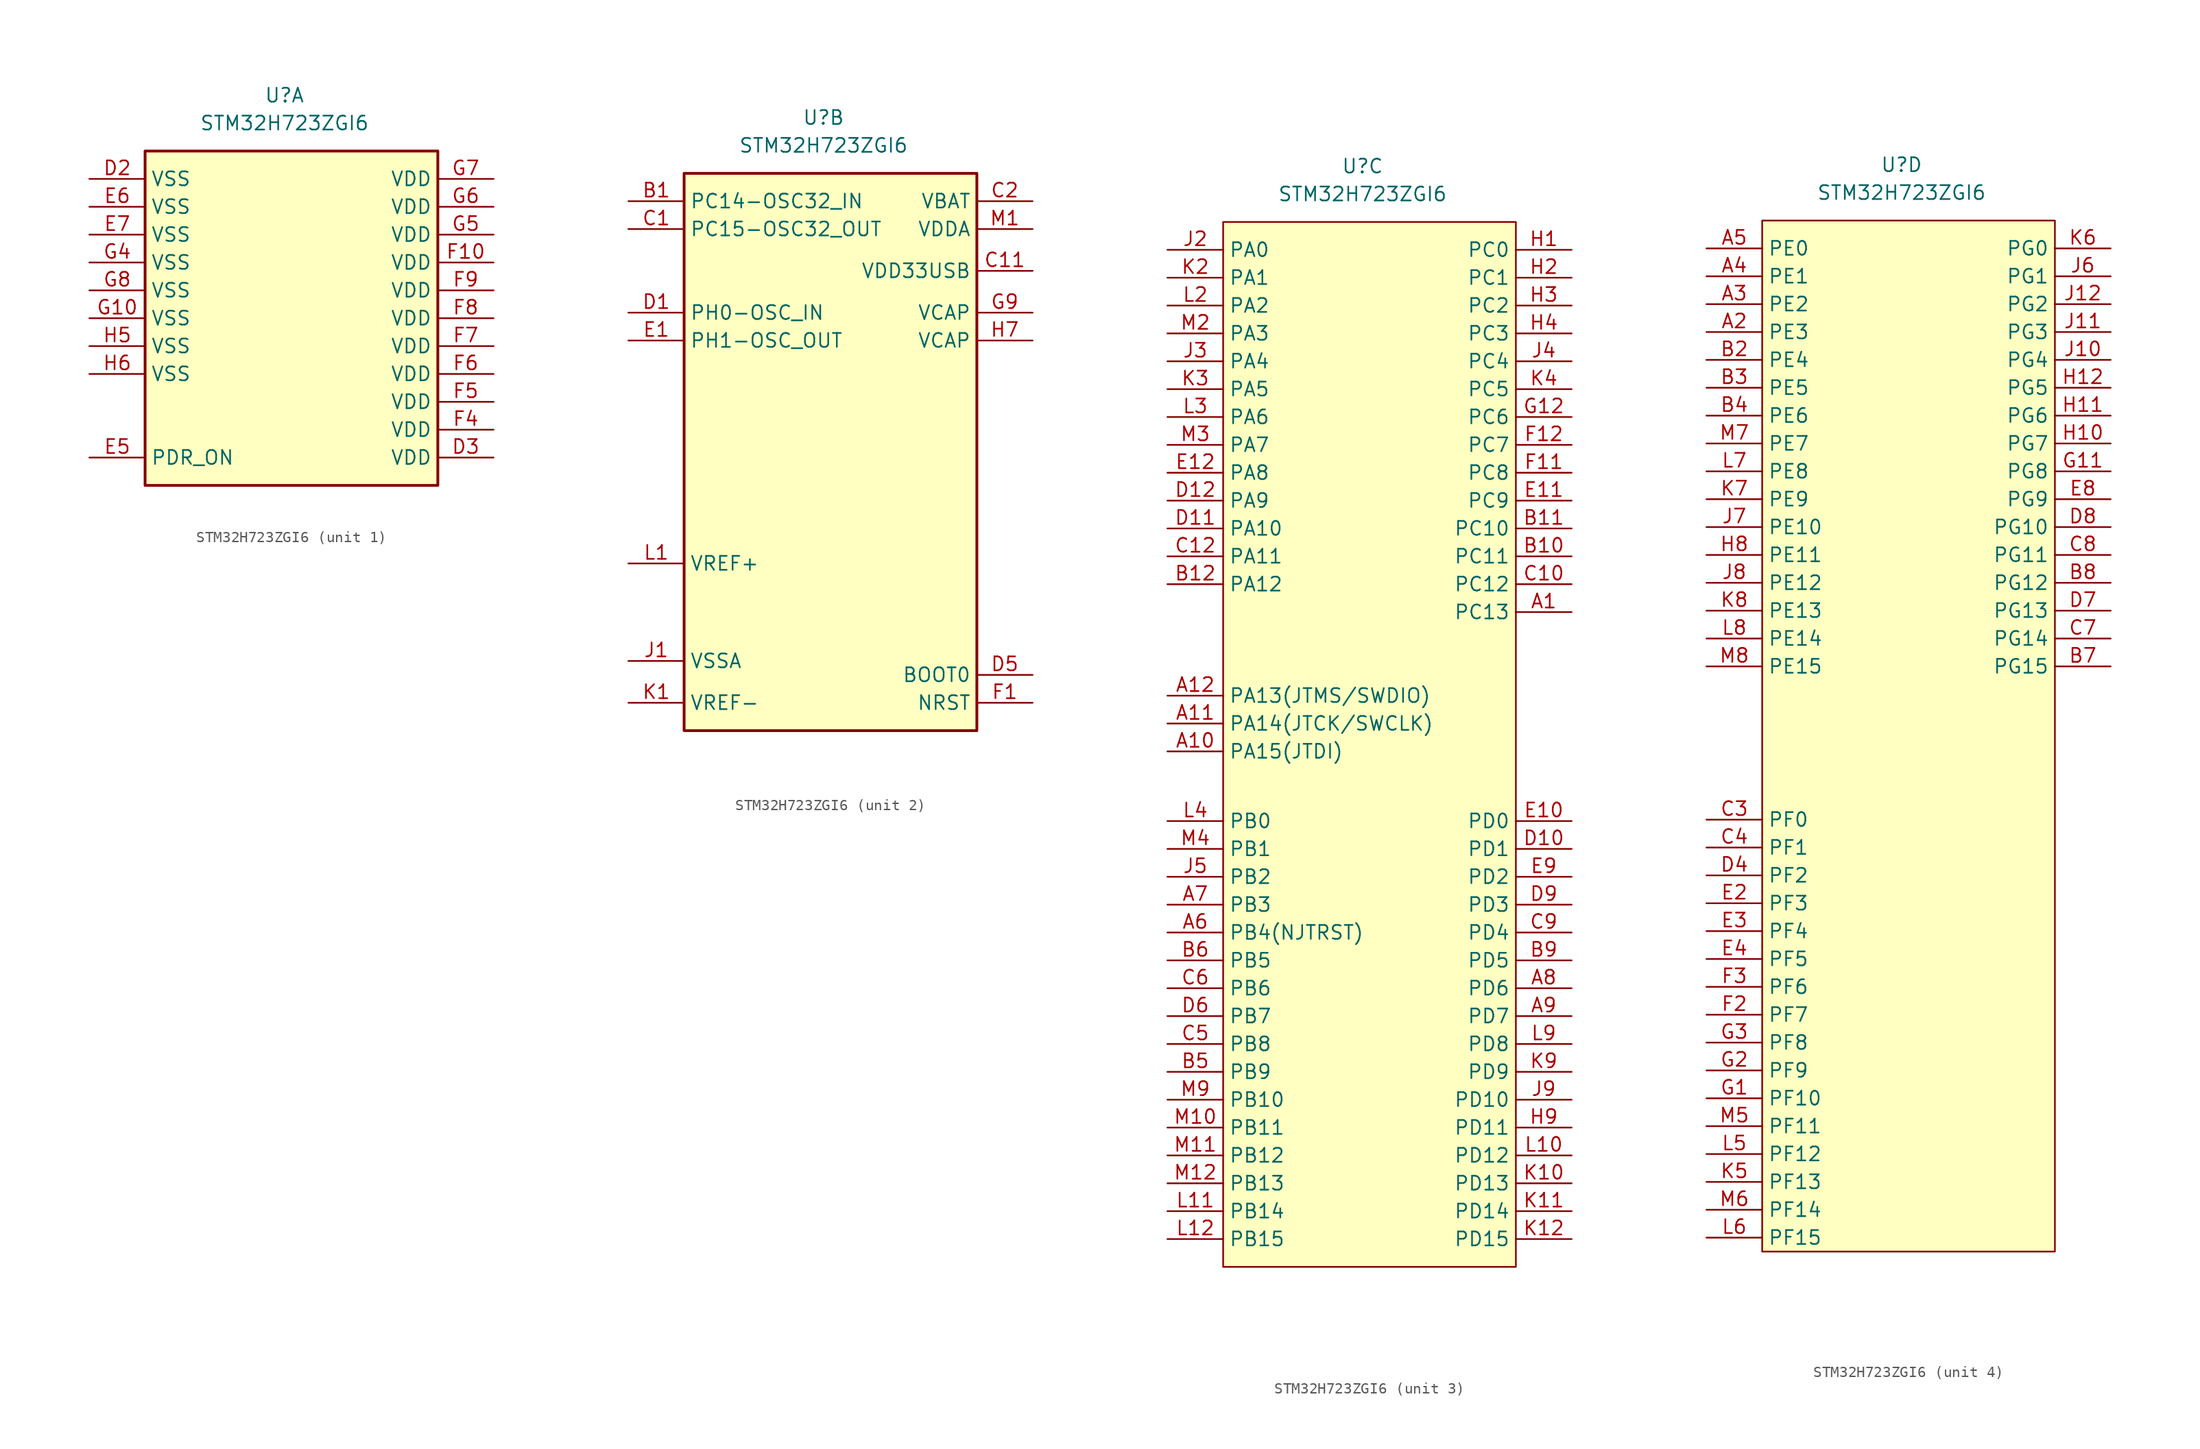
<source format=kicad_sym>
(kicad_symbol_lib
  (version 20211014)
  (generator kicad_symbol_editor)
  (symbol "STM32H723ZGI6"
    (property "Reference" "U"
      (at 0 5.08 0)
      (effects (font (size 1.27 1.27))))
    (property "Value" "STM32H723ZGI6"
      (at 0 2.54 0)
      (effects (font (size 1.27 1.27))))
    (symbol "STM32H723ZGI6_1_1"
      (rectangle (start -12.7 0) (end 13.97 -30.48) (stroke (width 0.254) (type default) (color 0 0 0 0)) (fill (type background)))
      (pin power_in line (at -17.78 -2.54 0) (length 5.08) (name "VSS" (effects (font (size 1.27 1.27)))) (number "D2" (effects (font (size 1.27 1.27)))))
      (pin power_in line (at 19.05 -27.94 180) (length 5.08) (name "VDD" (effects (font (size 1.27 1.27)))) (number "D3" (effects (font (size 1.27 1.27)))))
      (pin power_in line (at -17.78 -27.94 0) (length 5.08) (name "PDR_ON" (effects (font (size 1.27 1.27)))) (number "E5" (effects (font (size 1.27 1.27)))))
      (pin power_in line (at -17.78 -5.08 0) (length 5.08) (name "VSS" (effects (font (size 1.27 1.27)))) (number "E6" (effects (font (size 1.27 1.27)))))
      (pin power_in line (at -17.78 -7.62 0) (length 5.08) (name "VSS" (effects (font (size 1.27 1.27)))) (number "E7" (effects (font (size 1.27 1.27)))))
      (pin power_in line (at 19.05 -10.16 180) (length 5.08) (name "VDD" (effects (font (size 1.27 1.27)))) (number "F10" (effects (font (size 1.27 1.27)))))
      (pin power_in line (at 19.05 -25.4 180) (length 5.08) (name "VDD" (effects (font (size 1.27 1.27)))) (number "F4" (effects (font (size 1.27 1.27)))))
      (pin power_in line (at 19.05 -22.86 180) (length 5.08) (name "VDD" (effects (font (size 1.27 1.27)))) (number "F5" (effects (font (size 1.27 1.27)))))
      (pin power_in line (at 19.05 -20.32 180) (length 5.08) (name "VDD" (effects (font (size 1.27 1.27)))) (number "F6" (effects (font (size 1.27 1.27)))))
      (pin power_in line (at 19.05 -17.78 180) (length 5.08) (name "VDD" (effects (font (size 1.27 1.27)))) (number "F7" (effects (font (size 1.27 1.27)))))
      (pin power_in line (at 19.05 -15.24 180) (length 5.08) (name "VDD" (effects (font (size 1.27 1.27)))) (number "F8" (effects (font (size 1.27 1.27)))))
      (pin power_in line (at 19.05 -12.7 180) (length 5.08) (name "VDD" (effects (font (size 1.27 1.27)))) (number "F9" (effects (font (size 1.27 1.27)))))
      (pin power_in line (at -17.78 -15.24 0) (length 5.08) (name "VSS" (effects (font (size 1.27 1.27)))) (number "G10" (effects (font (size 1.27 1.27)))))
      (pin power_in line (at -17.78 -10.16 0) (length 5.08) (name "VSS" (effects (font (size 1.27 1.27)))) (number "G4" (effects (font (size 1.27 1.27)))))
      (pin power_in line (at 19.05 -7.62 180) (length 5.08) (name "VDD" (effects (font (size 1.27 1.27)))) (number "G5" (effects (font (size 1.27 1.27)))))
      (pin power_in line (at 19.05 -5.08 180) (length 5.08) (name "VDD" (effects (font (size 1.27 1.27)))) (number "G6" (effects (font (size 1.27 1.27)))))
      (pin power_in line (at 19.05 -2.54 180) (length 5.08) (name "VDD" (effects (font (size 1.27 1.27)))) (number "G7" (effects (font (size 1.27 1.27)))))
      (pin power_in line (at -17.78 -12.7 0) (length 5.08) (name "VSS" (effects (font (size 1.27 1.27)))) (number "G8" (effects (font (size 1.27 1.27)))))
      (pin power_in line (at -17.78 -17.78 0) (length 5.08) (name "VSS" (effects (font (size 1.27 1.27)))) (number "H5" (effects (font (size 1.27 1.27)))))
      (pin power_in line (at -17.78 -20.32 0) (length 5.08) (name "VSS" (effects (font (size 1.27 1.27)))) (number "H6" (effects (font (size 1.27 1.27))))))
    (symbol "STM32H723ZGI6_2_1"
      (rectangle (start -12.7 0) (end 13.97 -50.8) (stroke (width 0.254) (type default) (color 0 0 0 0)) (fill (type background)))
      (pin bidirectional line (at -17.78 -2.54 0) (length 5.08) (name "PC14-OSC32_IN" (effects (font (size 1.27 1.27)))) (number "B1" (effects (font (size 1.27 1.27)))))
      (pin bidirectional line (at -17.78 -5.08 0) (length 5.08) (name "PC15-OSC32_OUT" (effects (font (size 1.27 1.27)))) (number "C1" (effects (font (size 1.27 1.27)))))
      (pin power_in line (at 19.05 -8.89 180) (length 5.08) (name "VDD33USB" (effects (font (size 1.27 1.27)))) (number "C11" (effects (font (size 1.27 1.27)))))
      (pin power_in line (at 19.05 -2.54 180) (length 5.08) (name "VBAT" (effects (font (size 1.27 1.27)))) (number "C2" (effects (font (size 1.27 1.27)))))
      (pin bidirectional line (at -17.78 -12.7 0) (length 5.08) (name "PH0-OSC_IN" (effects (font (size 1.27 1.27)))) (number "D1" (effects (font (size 1.27 1.27)))))
      (pin input line (at 19.05 -45.72 180) (length 5.08) (name "BOOT0" (effects (font (size 1.27 1.27)))) (number "D5" (effects (font (size 1.27 1.27)))))
      (pin bidirectional line (at -17.78 -15.24 0) (length 5.08) (name "PH1-OSC_OUT" (effects (font (size 1.27 1.27)))) (number "E1" (effects (font (size 1.27 1.27)))))
      (pin bidirectional line (at 19.05 -48.26 180) (length 5.08) (name "NRST" (effects (font (size 1.27 1.27)))) (number "F1" (effects (font (size 1.27 1.27)))))
      (pin power_in line (at 19.05 -12.7 180) (length 5.08) (name "VCAP" (effects (font (size 1.27 1.27)))) (number "G9" (effects (font (size 1.27 1.27)))))
      (pin power_in line (at 19.05 -15.24 180) (length 5.08) (name "VCAP" (effects (font (size 1.27 1.27)))) (number "H7" (effects (font (size 1.27 1.27)))))
      (pin power_in line (at -17.78 -44.45 0) (length 5.08) (name "VSSA" (effects (font (size 1.27 1.27)))) (number "J1" (effects (font (size 1.27 1.27)))))
      (pin power_in line (at -17.78 -48.26 0) (length 5.08) (name "VREF-" (effects (font (size 1.27 1.27)))) (number "K1" (effects (font (size 1.27 1.27)))))
      (pin power_in line (at -17.78 -35.56 0) (length 5.08) (name "VREF+" (effects (font (size 1.27 1.27)))) (number "L1" (effects (font (size 1.27 1.27)))))
      (pin power_in line (at 19.05 -5.08 180) (length 5.08) (name "VDDA" (effects (font (size 1.27 1.27)))) (number "M1" (effects (font (size 1.27 1.27))))))
    (symbol "STM32H723ZGI6_3_1"
      (rectangle (start -12.7 0) (end 13.97 -95.25) (stroke (width 0) (type default) (color 0 0 0 0)) (fill (type background)))
      (pin bidirectional line (at 19.05 -35.56 180) (length 5.08) (name "PC13" (effects (font (size 1.27 1.27)))) (number "A1" (effects (font (size 1.27 1.27)))))
      (pin bidirectional line (at -17.78 -48.26 0) (length 5.08) (name "PA15(JTDI)" (effects (font (size 1.27 1.27)))) (number "A10" (effects (font (size 1.27 1.27)))))
      (pin bidirectional line (at -17.78 -45.72 0) (length 5.08) (name "PA14(JTCK/SWCLK)" (effects (font (size 1.27 1.27)))) (number "A11" (effects (font (size 1.27 1.27)))))
      (pin bidirectional line (at -17.78 -43.18 0) (length 5.08) (name "PA13(JTMS/SWDIO)" (effects (font (size 1.27 1.27)))) (number "A12" (effects (font (size 1.27 1.27)))))
      (pin bidirectional line (at -17.78 -64.77 0) (length 5.08) (name "PB4(NJTRST)" (effects (font (size 1.27 1.27)))) (number "A6" (effects (font (size 1.27 1.27)))))
      (pin bidirectional line (at -17.78 -62.23 0) (length 5.08) (name "PB3" (effects (font (size 1.27 1.27)))) (number "A7" (effects (font (size 1.27 1.27)))))
      (pin bidirectional line (at 19.05 -69.85 180) (length 5.08) (name "PD6" (effects (font (size 1.27 1.27)))) (number "A8" (effects (font (size 1.27 1.27)))))
      (pin bidirectional line (at 19.05 -72.39 180) (length 5.08) (name "PD7" (effects (font (size 1.27 1.27)))) (number "A9" (effects (font (size 1.27 1.27)))))
      (pin bidirectional line (at 19.05 -30.48 180) (length 5.08) (name "PC11" (effects (font (size 1.27 1.27)))) (number "B10" (effects (font (size 1.27 1.27)))))
      (pin bidirectional line (at 19.05 -27.94 180) (length 5.08) (name "PC10" (effects (font (size 1.27 1.27)))) (number "B11" (effects (font (size 1.27 1.27)))))
      (pin bidirectional line (at -17.78 -33.02 0) (length 5.08) (name "PA12" (effects (font (size 1.27 1.27)))) (number "B12" (effects (font (size 1.27 1.27)))))
      (pin bidirectional line (at -17.78 -77.47 0) (length 5.08) (name "PB9" (effects (font (size 1.27 1.27)))) (number "B5" (effects (font (size 1.27 1.27)))))
      (pin bidirectional line (at -17.78 -67.31 0) (length 5.08) (name "PB5" (effects (font (size 1.27 1.27)))) (number "B6" (effects (font (size 1.27 1.27)))))
      (pin bidirectional line (at 19.05 -67.31 180) (length 5.08) (name "PD5" (effects (font (size 1.27 1.27)))) (number "B9" (effects (font (size 1.27 1.27)))))
      (pin bidirectional line (at 19.05 -33.02 180) (length 5.08) (name "PC12" (effects (font (size 1.27 1.27)))) (number "C10" (effects (font (size 1.27 1.27)))))
      (pin bidirectional line (at -17.78 -30.48 0) (length 5.08) (name "PA11" (effects (font (size 1.27 1.27)))) (number "C12" (effects (font (size 1.27 1.27)))))
      (pin bidirectional line (at -17.78 -74.93 0) (length 5.08) (name "PB8" (effects (font (size 1.27 1.27)))) (number "C5" (effects (font (size 1.27 1.27)))))
      (pin bidirectional line (at -17.78 -69.85 0) (length 5.08) (name "PB6" (effects (font (size 1.27 1.27)))) (number "C6" (effects (font (size 1.27 1.27)))))
      (pin bidirectional line (at 19.05 -64.77 180) (length 5.08) (name "PD4" (effects (font (size 1.27 1.27)))) (number "C9" (effects (font (size 1.27 1.27)))))
      (pin bidirectional line (at 19.05 -57.15 180) (length 5.08) (name "PD1" (effects (font (size 1.27 1.27)))) (number "D10" (effects (font (size 1.27 1.27)))))
      (pin bidirectional line (at -17.78 -27.94 0) (length 5.08) (name "PA10" (effects (font (size 1.27 1.27)))) (number "D11" (effects (font (size 1.27 1.27)))))
      (pin bidirectional line (at -17.78 -25.4 0) (length 5.08) (name "PA9" (effects (font (size 1.27 1.27)))) (number "D12" (effects (font (size 1.27 1.27)))))
      (pin bidirectional line (at -17.78 -72.39 0) (length 5.08) (name "PB7" (effects (font (size 1.27 1.27)))) (number "D6" (effects (font (size 1.27 1.27)))))
      (pin bidirectional line (at 19.05 -62.23 180) (length 5.08) (name "PD3" (effects (font (size 1.27 1.27)))) (number "D9" (effects (font (size 1.27 1.27)))))
      (pin bidirectional line (at 19.05 -54.61 180) (length 5.08) (name "PD0" (effects (font (size 1.27 1.27)))) (number "E10" (effects (font (size 1.27 1.27)))))
      (pin bidirectional line (at 19.05 -25.4 180) (length 5.08) (name "PC9" (effects (font (size 1.27 1.27)))) (number "E11" (effects (font (size 1.27 1.27)))))
      (pin bidirectional line (at -17.78 -22.86 0) (length 5.08) (name "PA8" (effects (font (size 1.27 1.27)))) (number "E12" (effects (font (size 1.27 1.27)))))
      (pin bidirectional line (at 19.05 -59.69 180) (length 5.08) (name "PD2" (effects (font (size 1.27 1.27)))) (number "E9" (effects (font (size 1.27 1.27)))))
      (pin bidirectional line (at 19.05 -22.86 180) (length 5.08) (name "PC8" (effects (font (size 1.27 1.27)))) (number "F11" (effects (font (size 1.27 1.27)))))
      (pin bidirectional line (at 19.05 -20.32 180) (length 5.08) (name "PC7" (effects (font (size 1.27 1.27)))) (number "F12" (effects (font (size 1.27 1.27)))))
      (pin bidirectional line (at 19.05 -17.78 180) (length 5.08) (name "PC6" (effects (font (size 1.27 1.27)))) (number "G12" (effects (font (size 1.27 1.27)))))
      (pin bidirectional line (at 19.05 -2.54 180) (length 5.08) (name "PC0" (effects (font (size 1.27 1.27)))) (number "H1" (effects (font (size 1.27 1.27)))))
      (pin bidirectional line (at 19.05 -5.08 180) (length 5.08) (name "PC1" (effects (font (size 1.27 1.27)))) (number "H2" (effects (font (size 1.27 1.27)))))
      (pin bidirectional line (at 19.05 -7.62 180) (length 5.08) (name "PC2" (effects (font (size 1.27 1.27)))) (number "H3" (effects (font (size 1.27 1.27)))))
      (pin bidirectional line (at 19.05 -10.16 180) (length 5.08) (name "PC3" (effects (font (size 1.27 1.27)))) (number "H4" (effects (font (size 1.27 1.27)))))
      (pin bidirectional line (at 19.05 -82.55 180) (length 5.08) (name "PD11" (effects (font (size 1.27 1.27)))) (number "H9" (effects (font (size 1.27 1.27)))))
      (pin bidirectional line (at -17.78 -2.54 0) (length 5.08) (name "PA0" (effects (font (size 1.27 1.27)))) (number "J2" (effects (font (size 1.27 1.27)))))
      (pin bidirectional line (at -17.78 -12.7 0) (length 5.08) (name "PA4" (effects (font (size 1.27 1.27)))) (number "J3" (effects (font (size 1.27 1.27)))))
      (pin bidirectional line (at 19.05 -12.7 180) (length 5.08) (name "PC4" (effects (font (size 1.27 1.27)))) (number "J4" (effects (font (size 1.27 1.27)))))
      (pin bidirectional line (at -17.78 -59.69 0) (length 5.08) (name "PB2" (effects (font (size 1.27 1.27)))) (number "J5" (effects (font (size 1.27 1.27)))))
      (pin bidirectional line (at 19.05 -80.01 180) (length 5.08) (name "PD10" (effects (font (size 1.27 1.27)))) (number "J9" (effects (font (size 1.27 1.27)))))
      (pin bidirectional line (at 19.05 -87.63 180) (length 5.08) (name "PD13" (effects (font (size 1.27 1.27)))) (number "K10" (effects (font (size 1.27 1.27)))))
      (pin bidirectional line (at 19.05 -90.17 180) (length 5.08) (name "PD14" (effects (font (size 1.27 1.27)))) (number "K11" (effects (font (size 1.27 1.27)))))
      (pin bidirectional line (at 19.05 -92.71 180) (length 5.08) (name "PD15" (effects (font (size 1.27 1.27)))) (number "K12" (effects (font (size 1.27 1.27)))))
      (pin bidirectional line (at -17.78 -5.08 0) (length 5.08) (name "PA1" (effects (font (size 1.27 1.27)))) (number "K2" (effects (font (size 1.27 1.27)))))
      (pin bidirectional line (at -17.78 -15.24 0) (length 5.08) (name "PA5" (effects (font (size 1.27 1.27)))) (number "K3" (effects (font (size 1.27 1.27)))))
      (pin bidirectional line (at 19.05 -15.24 180) (length 5.08) (name "PC5" (effects (font (size 1.27 1.27)))) (number "K4" (effects (font (size 1.27 1.27)))))
      (pin bidirectional line (at 19.05 -77.47 180) (length 5.08) (name "PD9" (effects (font (size 1.27 1.27)))) (number "K9" (effects (font (size 1.27 1.27)))))
      (pin bidirectional line (at 19.05 -85.09 180) (length 5.08) (name "PD12" (effects (font (size 1.27 1.27)))) (number "L10" (effects (font (size 1.27 1.27)))))
      (pin bidirectional line (at -17.78 -90.17 0) (length 5.08) (name "PB14" (effects (font (size 1.27 1.27)))) (number "L11" (effects (font (size 1.27 1.27)))))
      (pin bidirectional line (at -17.78 -92.71 0) (length 5.08) (name "PB15" (effects (font (size 1.27 1.27)))) (number "L12" (effects (font (size 1.27 1.27)))))
      (pin bidirectional line (at -17.78 -7.62 0) (length 5.08) (name "PA2" (effects (font (size 1.27 1.27)))) (number "L2" (effects (font (size 1.27 1.27)))))
      (pin bidirectional line (at -17.78 -17.78 0) (length 5.08) (name "PA6" (effects (font (size 1.27 1.27)))) (number "L3" (effects (font (size 1.27 1.27)))))
      (pin bidirectional line (at -17.78 -54.61 0) (length 5.08) (name "PB0" (effects (font (size 1.27 1.27)))) (number "L4" (effects (font (size 1.27 1.27)))))
      (pin bidirectional line (at 19.05 -74.93 180) (length 5.08) (name "PD8" (effects (font (size 1.27 1.27)))) (number "L9" (effects (font (size 1.27 1.27)))))
      (pin bidirectional line (at -17.78 -82.55 0) (length 5.08) (name "PB11" (effects (font (size 1.27 1.27)))) (number "M10" (effects (font (size 1.27 1.27)))))
      (pin bidirectional line (at -17.78 -85.09 0) (length 5.08) (name "PB12" (effects (font (size 1.27 1.27)))) (number "M11" (effects (font (size 1.27 1.27)))))
      (pin bidirectional line (at -17.78 -87.63 0) (length 5.08) (name "PB13" (effects (font (size 1.27 1.27)))) (number "M12" (effects (font (size 1.27 1.27)))))
      (pin bidirectional line (at -17.78 -10.16 0) (length 5.08) (name "PA3" (effects (font (size 1.27 1.27)))) (number "M2" (effects (font (size 1.27 1.27)))))
      (pin bidirectional line (at -17.78 -20.32 0) (length 5.08) (name "PA7" (effects (font (size 1.27 1.27)))) (number "M3" (effects (font (size 1.27 1.27)))))
      (pin bidirectional line (at -17.78 -57.15 0) (length 5.08) (name "PB1" (effects (font (size 1.27 1.27)))) (number "M4" (effects (font (size 1.27 1.27)))))
      (pin bidirectional line (at -17.78 -80.01 0) (length 5.08) (name "PB10" (effects (font (size 1.27 1.27)))) (number "M9" (effects (font (size 1.27 1.27))))))
    (symbol "STM32H723ZGI6_4_1"
      (rectangle (start -12.7 0) (end 13.97 -93.98) (stroke (width 0) (type default) (color 0 0 0 0)) (fill (type background)))
      (pin bidirectional line (at -17.78 -10.16 0) (length 5.08) (name "PE3" (effects (font (size 1.27 1.27)))) (number "A2" (effects (font (size 1.27 1.27)))))
      (pin bidirectional line (at -17.78 -7.62 0) (length 5.08) (name "PE2" (effects (font (size 1.27 1.27)))) (number "A3" (effects (font (size 1.27 1.27)))))
      (pin bidirectional line (at -17.78 -5.08 0) (length 5.08) (name "PE1" (effects (font (size 1.27 1.27)))) (number "A4" (effects (font (size 1.27 1.27)))))
      (pin bidirectional line (at -17.78 -2.54 0) (length 5.08) (name "PE0" (effects (font (size 1.27 1.27)))) (number "A5" (effects (font (size 1.27 1.27)))))
      (pin bidirectional line (at -17.78 -12.7 0) (length 5.08) (name "PE4" (effects (font (size 1.27 1.27)))) (number "B2" (effects (font (size 1.27 1.27)))))
      (pin bidirectional line (at -17.78 -15.24 0) (length 5.08) (name "PE5" (effects (font (size 1.27 1.27)))) (number "B3" (effects (font (size 1.27 1.27)))))
      (pin bidirectional line (at -17.78 -17.78 0) (length 5.08) (name "PE6" (effects (font (size 1.27 1.27)))) (number "B4" (effects (font (size 1.27 1.27)))))
      (pin bidirectional line (at 19.05 -40.64 180) (length 5.08) (name "PG15" (effects (font (size 1.27 1.27)))) (number "B7" (effects (font (size 1.27 1.27)))))
      (pin bidirectional line (at 19.05 -33.02 180) (length 5.08) (name "PG12" (effects (font (size 1.27 1.27)))) (number "B8" (effects (font (size 1.27 1.27)))))
      (pin bidirectional line (at -17.78 -54.61 0) (length 5.08) (name "PF0" (effects (font (size 1.27 1.27)))) (number "C3" (effects (font (size 1.27 1.27)))))
      (pin bidirectional line (at -17.78 -57.15 0) (length 5.08) (name "PF1" (effects (font (size 1.27 1.27)))) (number "C4" (effects (font (size 1.27 1.27)))))
      (pin bidirectional line (at 19.05 -38.1 180) (length 5.08) (name "PG14" (effects (font (size 1.27 1.27)))) (number "C7" (effects (font (size 1.27 1.27)))))
      (pin bidirectional line (at 19.05 -30.48 180) (length 5.08) (name "PG11" (effects (font (size 1.27 1.27)))) (number "C8" (effects (font (size 1.27 1.27)))))
      (pin bidirectional line (at -17.78 -59.69 0) (length 5.08) (name "PF2" (effects (font (size 1.27 1.27)))) (number "D4" (effects (font (size 1.27 1.27)))))
      (pin bidirectional line (at 19.05 -35.56 180) (length 5.08) (name "PG13" (effects (font (size 1.27 1.27)))) (number "D7" (effects (font (size 1.27 1.27)))))
      (pin bidirectional line (at 19.05 -27.94 180) (length 5.08) (name "PG10" (effects (font (size 1.27 1.27)))) (number "D8" (effects (font (size 1.27 1.27)))))
      (pin bidirectional line (at -17.78 -62.23 0) (length 5.08) (name "PF3" (effects (font (size 1.27 1.27)))) (number "E2" (effects (font (size 1.27 1.27)))))
      (pin bidirectional line (at -17.78 -64.77 0) (length 5.08) (name "PF4" (effects (font (size 1.27 1.27)))) (number "E3" (effects (font (size 1.27 1.27)))))
      (pin bidirectional line (at -17.78 -67.31 0) (length 5.08) (name "PF5" (effects (font (size 1.27 1.27)))) (number "E4" (effects (font (size 1.27 1.27)))))
      (pin bidirectional line (at 19.05 -25.4 180) (length 5.08) (name "PG9" (effects (font (size 1.27 1.27)))) (number "E8" (effects (font (size 1.27 1.27)))))
      (pin bidirectional line (at -17.78 -72.39 0) (length 5.08) (name "PF7" (effects (font (size 1.27 1.27)))) (number "F2" (effects (font (size 1.27 1.27)))))
      (pin bidirectional line (at -17.78 -69.85 0) (length 5.08) (name "PF6" (effects (font (size 1.27 1.27)))) (number "F3" (effects (font (size 1.27 1.27)))))
      (pin bidirectional line (at -17.78 -80.01 0) (length 5.08) (name "PF10" (effects (font (size 1.27 1.27)))) (number "G1" (effects (font (size 1.27 1.27)))))
      (pin bidirectional line (at 19.05 -22.86 180) (length 5.08) (name "PG8" (effects (font (size 1.27 1.27)))) (number "G11" (effects (font (size 1.27 1.27)))))
      (pin bidirectional line (at -17.78 -77.47 0) (length 5.08) (name "PF9" (effects (font (size 1.27 1.27)))) (number "G2" (effects (font (size 1.27 1.27)))))
      (pin bidirectional line (at -17.78 -74.93 0) (length 5.08) (name "PF8" (effects (font (size 1.27 1.27)))) (number "G3" (effects (font (size 1.27 1.27)))))
      (pin bidirectional line (at 19.05 -20.32 180) (length 5.08) (name "PG7" (effects (font (size 1.27 1.27)))) (number "H10" (effects (font (size 1.27 1.27)))))
      (pin bidirectional line (at 19.05 -17.78 180) (length 5.08) (name "PG6" (effects (font (size 1.27 1.27)))) (number "H11" (effects (font (size 1.27 1.27)))))
      (pin bidirectional line (at 19.05 -15.24 180) (length 5.08) (name "PG5" (effects (font (size 1.27 1.27)))) (number "H12" (effects (font (size 1.27 1.27)))))
      (pin bidirectional line (at -17.78 -30.48 0) (length 5.08) (name "PE11" (effects (font (size 1.27 1.27)))) (number "H8" (effects (font (size 1.27 1.27)))))
      (pin bidirectional line (at 19.05 -12.7 180) (length 5.08) (name "PG4" (effects (font (size 1.27 1.27)))) (number "J10" (effects (font (size 1.27 1.27)))))
      (pin bidirectional line (at 19.05 -10.16 180) (length 5.08) (name "PG3" (effects (font (size 1.27 1.27)))) (number "J11" (effects (font (size 1.27 1.27)))))
      (pin bidirectional line (at 19.05 -7.62 180) (length 5.08) (name "PG2" (effects (font (size 1.27 1.27)))) (number "J12" (effects (font (size 1.27 1.27)))))
      (pin bidirectional line (at 19.05 -5.08 180) (length 5.08) (name "PG1" (effects (font (size 1.27 1.27)))) (number "J6" (effects (font (size 1.27 1.27)))))
      (pin bidirectional line (at -17.78 -27.94 0) (length 5.08) (name "PE10" (effects (font (size 1.27 1.27)))) (number "J7" (effects (font (size 1.27 1.27)))))
      (pin bidirectional line (at -17.78 -33.02 0) (length 5.08) (name "PE12" (effects (font (size 1.27 1.27)))) (number "J8" (effects (font (size 1.27 1.27)))))
      (pin bidirectional line (at -17.78 -87.63 0) (length 5.08) (name "PF13" (effects (font (size 1.27 1.27)))) (number "K5" (effects (font (size 1.27 1.27)))))
      (pin bidirectional line (at 19.05 -2.54 180) (length 5.08) (name "PG0" (effects (font (size 1.27 1.27)))) (number "K6" (effects (font (size 1.27 1.27)))))
      (pin bidirectional line (at -17.78 -25.4 0) (length 5.08) (name "PE9" (effects (font (size 1.27 1.27)))) (number "K7" (effects (font (size 1.27 1.27)))))
      (pin bidirectional line (at -17.78 -35.56 0) (length 5.08) (name "PE13" (effects (font (size 1.27 1.27)))) (number "K8" (effects (font (size 1.27 1.27)))))
      (pin bidirectional line (at -17.78 -85.09 0) (length 5.08) (name "PF12" (effects (font (size 1.27 1.27)))) (number "L5" (effects (font (size 1.27 1.27)))))
      (pin bidirectional line (at -17.78 -92.71 0) (length 5.08) (name "PF15" (effects (font (size 1.27 1.27)))) (number "L6" (effects (font (size 1.27 1.27)))))
      (pin bidirectional line (at -17.78 -22.86 0) (length 5.08) (name "PE8" (effects (font (size 1.27 1.27)))) (number "L7" (effects (font (size 1.27 1.27)))))
      (pin bidirectional line (at -17.78 -38.1 0) (length 5.08) (name "PE14" (effects (font (size 1.27 1.27)))) (number "L8" (effects (font (size 1.27 1.27)))))
      (pin bidirectional line (at -17.78 -82.55 0) (length 5.08) (name "PF11" (effects (font (size 1.27 1.27)))) (number "M5" (effects (font (size 1.27 1.27)))))
      (pin bidirectional line (at -17.78 -90.17 0) (length 5.08) (name "PF14" (effects (font (size 1.27 1.27)))) (number "M6" (effects (font (size 1.27 1.27)))))
      (pin bidirectional line (at -17.78 -20.32 0) (length 5.08) (name "PE7" (effects (font (size 1.27 1.27)))) (number "M7" (effects (font (size 1.27 1.27)))))
      (pin bidirectional line (at -17.78 -40.64 0) (length 5.08) (name "PE15" (effects (font (size 1.27 1.27)))) (number "M8" (effects (font (size 1.27 1.27))))))))
</source>
